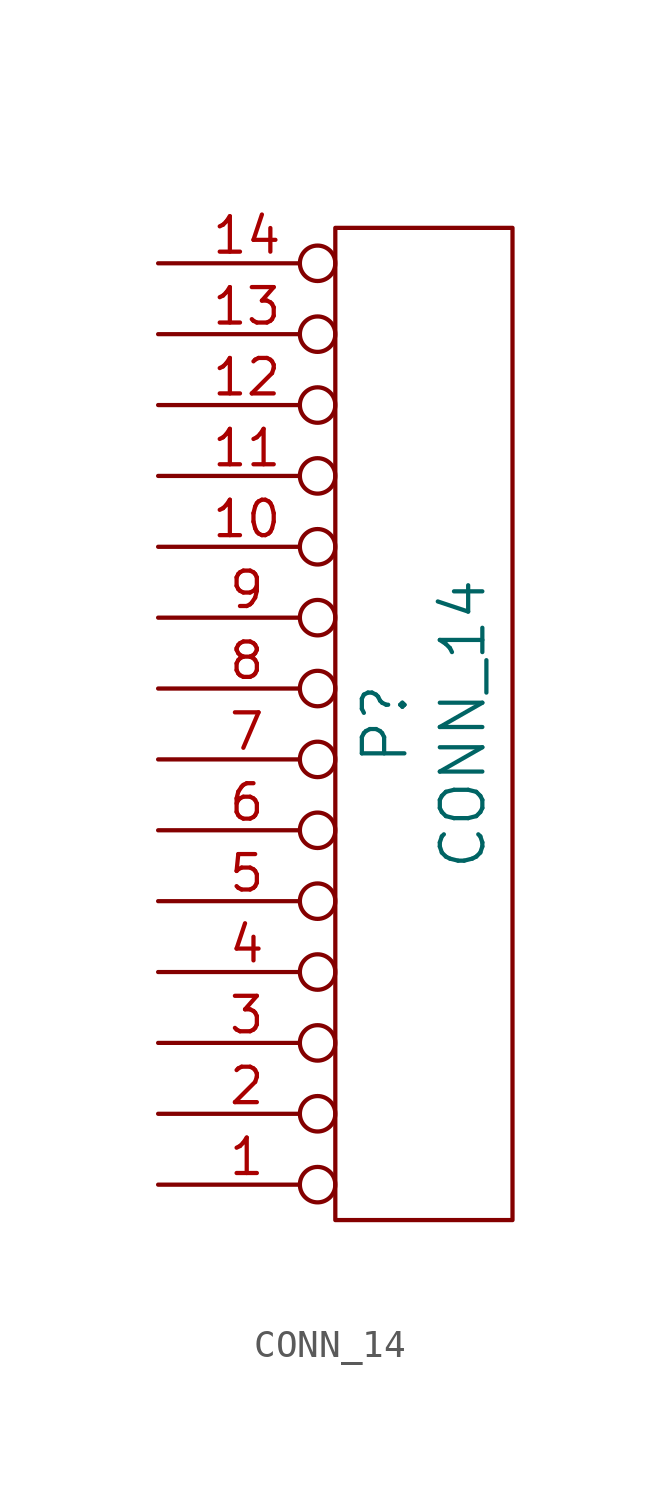
<source format=kicad_sym>
(kicad_symbol_lib
  (version 20211014)
  (generator kicad_symbol_editor)
  (symbol "CONN_14"
    (pin_names
      (offset 1.016) hide)
    (property "Reference" "P"
      (at -0.762 0 90)
      (effects (font (size 1.524 1.524))))
    (property "Value" "CONN_14"
      (at 2.032 0 90)
      (effects (font (size 1.524 1.524))))
    (property "Footprint" ""
      (at 0 0 0)
      (effects (font (size 1.524 1.524))))
    (property "Datasheet" ""
      (at 0 0 0)
      (effects (font (size 1.524 1.524))))
    (symbol "CONN_14_0_1"
      (rectangle (start -2.54 17.78) (end 3.81 -17.78) (stroke (width 0) (type default) (color 0 0 0 0)) (fill (type none))))
    (symbol "CONN_14_1_1"
      (pin passive inverted (at -8.89 -16.51 0) (length 6.35) (name "P14" (effects (font (size 1.27 1.27)))) (number "1" (effects (font (size 1.27 1.27)))))
      (pin passive inverted (at -8.89 6.35 0) (length 6.35) (name "P5" (effects (font (size 1.27 1.27)))) (number "10" (effects (font (size 1.27 1.27)))))
      (pin passive inverted (at -8.89 8.89 0) (length 6.35) (name "P4" (effects (font (size 1.27 1.27)))) (number "11" (effects (font (size 1.27 1.27)))))
      (pin passive inverted (at -8.89 11.43 0) (length 6.35) (name "P3" (effects (font (size 1.27 1.27)))) (number "12" (effects (font (size 1.27 1.27)))))
      (pin passive inverted (at -8.89 13.97 0) (length 6.35) (name "P2" (effects (font (size 1.27 1.27)))) (number "13" (effects (font (size 1.27 1.27)))))
      (pin passive inverted (at -8.89 16.51 0) (length 6.35) (name "P1" (effects (font (size 1.27 1.27)))) (number "14" (effects (font (size 1.27 1.27)))))
      (pin passive inverted (at -8.89 -13.97 0) (length 6.35) (name "P13" (effects (font (size 1.27 1.27)))) (number "2" (effects (font (size 1.27 1.27)))))
      (pin passive inverted (at -8.89 -11.43 0) (length 6.35) (name "P12" (effects (font (size 1.27 1.27)))) (number "3" (effects (font (size 1.27 1.27)))))
      (pin passive inverted (at -8.89 -8.89 0) (length 6.35) (name "P11" (effects (font (size 1.27 1.27)))) (number "4" (effects (font (size 1.27 1.27)))))
      (pin passive inverted (at -8.89 -6.35 0) (length 6.35) (name "P10" (effects (font (size 1.27 1.27)))) (number "5" (effects (font (size 1.27 1.27)))))
      (pin passive inverted (at -8.89 -3.81 0) (length 6.35) (name "P9" (effects (font (size 1.27 1.27)))) (number "6" (effects (font (size 1.27 1.27)))))
      (pin passive inverted (at -8.89 -1.27 0) (length 6.35) (name "P8" (effects (font (size 1.27 1.27)))) (number "7" (effects (font (size 1.27 1.27)))))
      (pin passive inverted (at -8.89 1.27 0) (length 6.35) (name "P7" (effects (font (size 1.27 1.27)))) (number "8" (effects (font (size 1.27 1.27)))))
      (pin passive inverted (at -8.89 3.81 0) (length 6.35) (name "P6" (effects (font (size 1.27 1.27)))) (number "9" (effects (font (size 1.27 1.27))))))))
</source>
